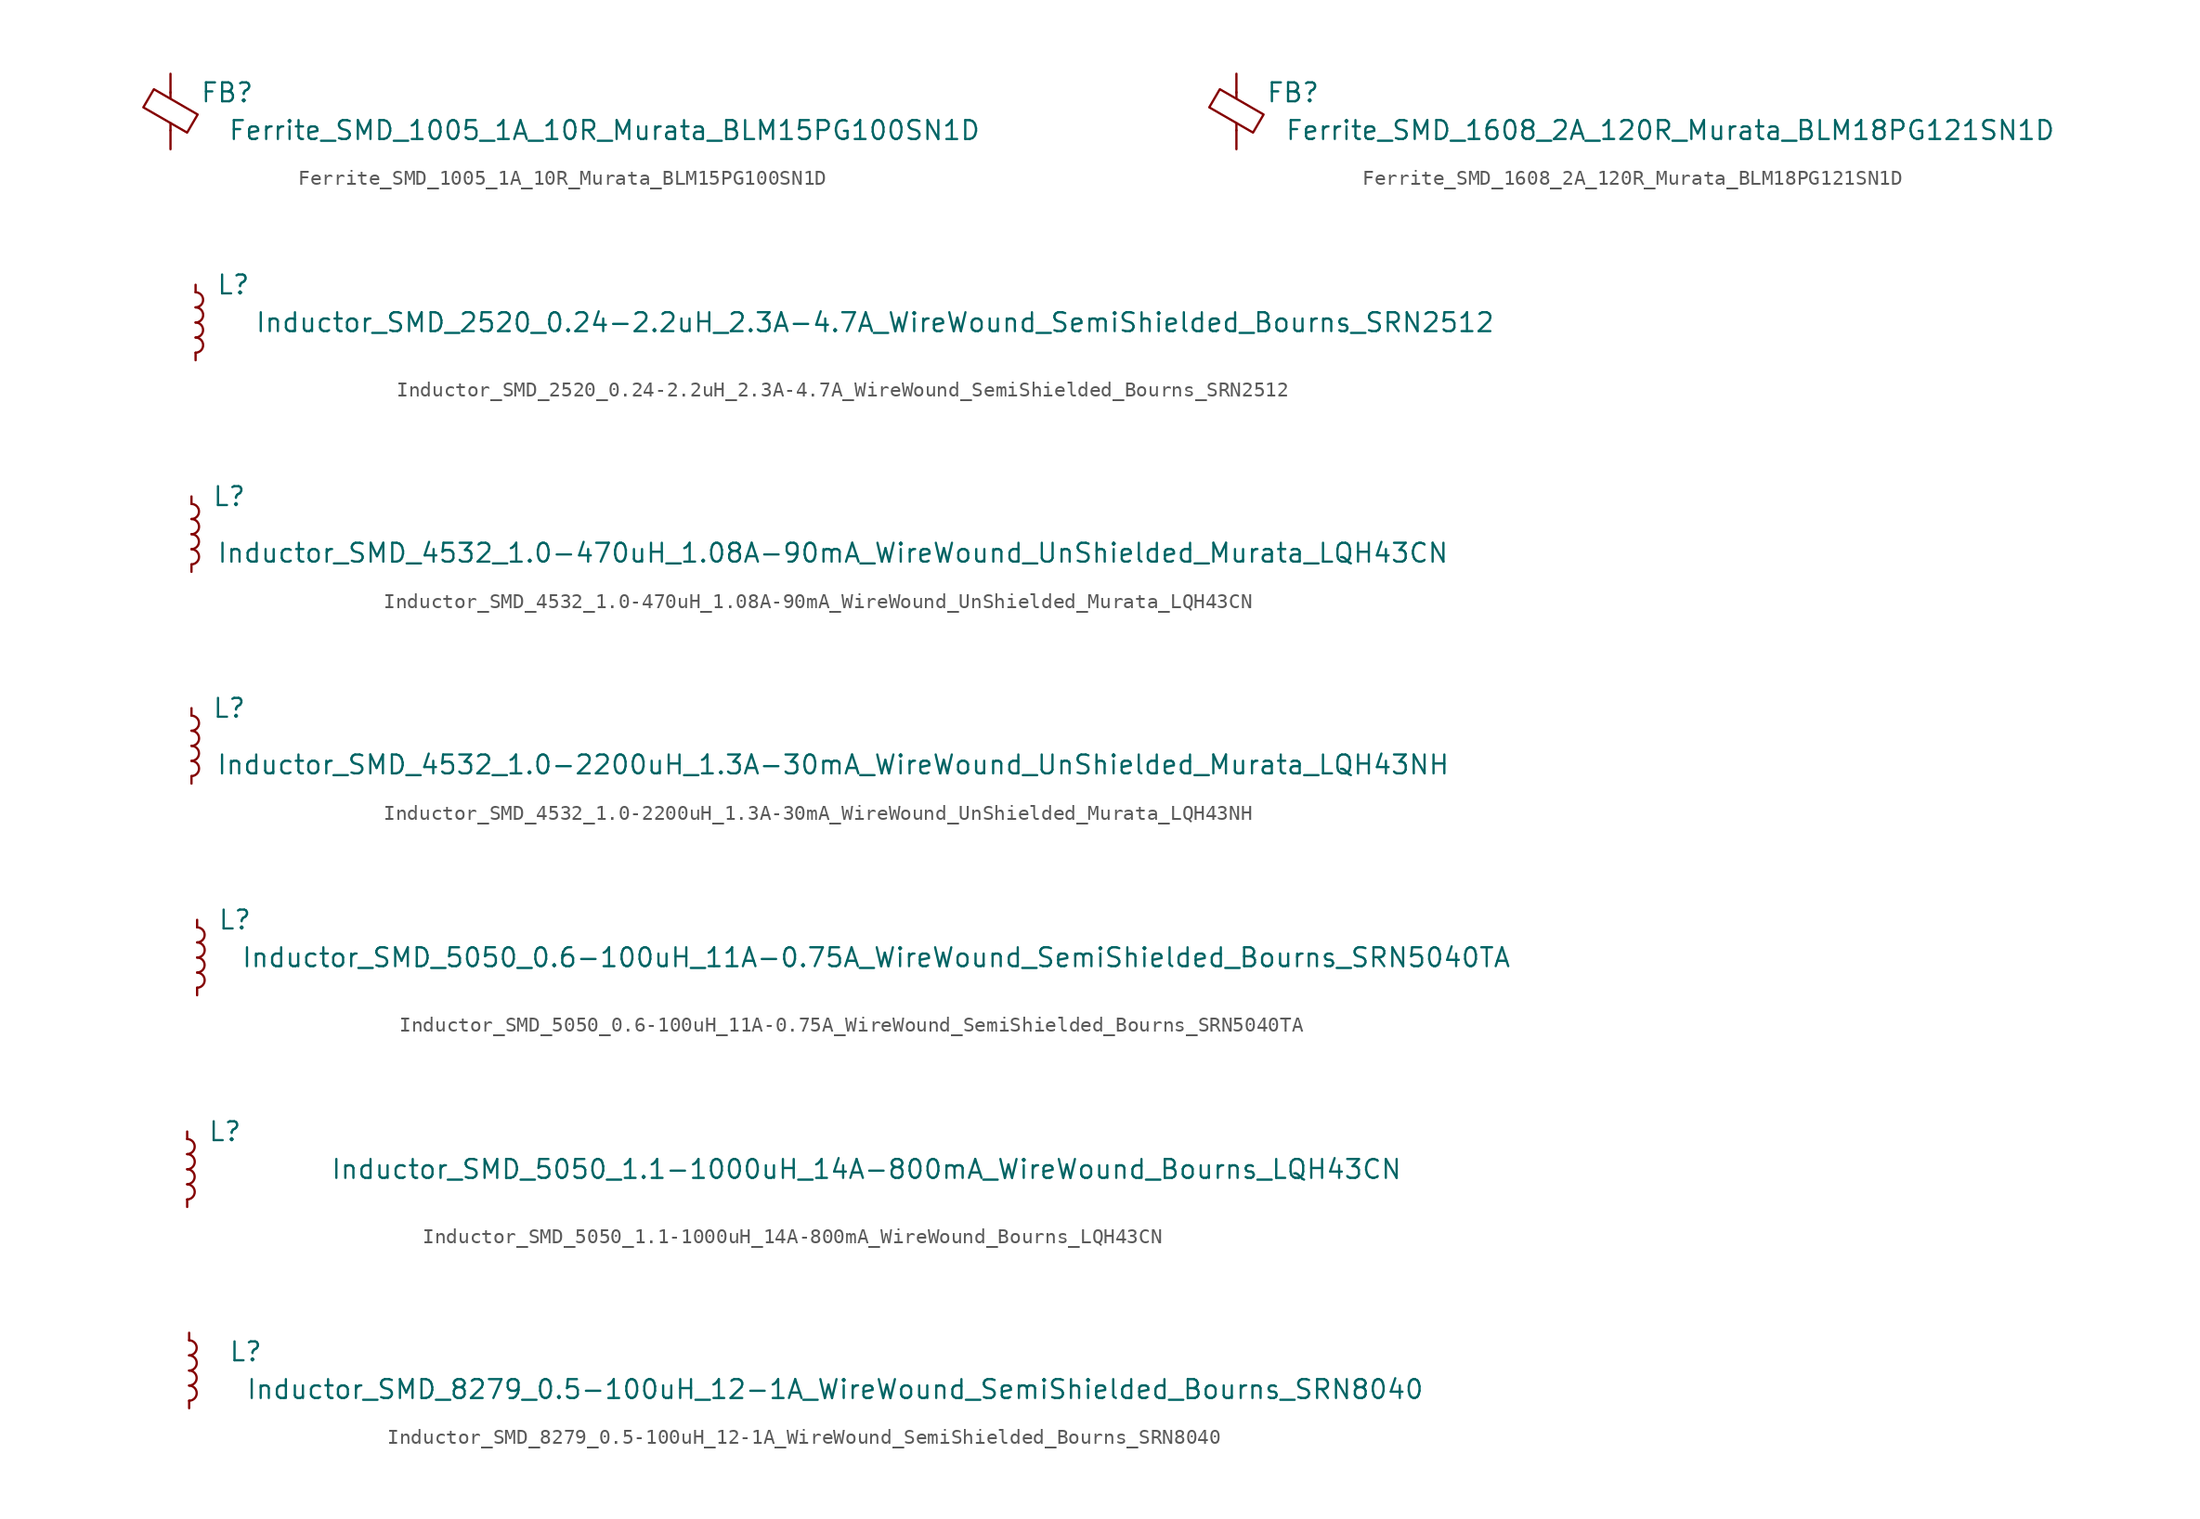
<source format=kicad_sym>
(kicad_symbol_lib
  (version 20211014)
  (generator kicad_symbol_editor)
  (symbol "Ferrite_SMD_1005_1A_10R_Murata_BLM15PG100SN1D"
    (pin_numbers hide)
    (pin_names
      (offset 1.27) hide)
    (property "Reference" "FB"
      (at 3.81 1.27 0)
      (effects (font (size 1.27 1.27))))
    (property "Value" "Ferrite_SMD_1005_1A_10R_Murata_BLM15PG100SN1D"
      (at 29.21 -1.27 0)
      (effects (font (size 1.27 1.27))))
    (symbol "Ferrite_SMD_1005_1A_10R_Murata_BLM15PG100SN1D_1_1"
      (polyline (pts (xy 0 -1.27) (xy 0 -0.787)) (stroke (width 0) (type default) (color 0 0 0 0)) (fill (type none)))
      (polyline (pts (xy 0 0.889) (xy 0 1.295)) (stroke (width 0) (type default) (color 0 0 0 0)) (fill (type none)))
      (polyline (pts (xy -1.829 0.279) (xy -1.118 1.499) (xy 1.829 -0.203) (xy 1.118 -1.422) (xy -1.829 0.279)) (stroke (width 0) (type default) (color 0 0 0 0)) (fill (type none)))
      (pin passive line (at 0 2.54 270) (length 1.27) (name "~" (effects (font (size 1.27 1.27)))) (number "1" (effects (font (size 1.27 1.27)))))
      (pin passive line (at 0 -2.54 90) (length 1.27) (name "~" (effects (font (size 1.27 1.27)))) (number "2" (effects (font (size 1.27 1.27)))))))
  (symbol "Ferrite_SMD_1608_2A_120R_Murata_BLM18PG121SN1D"
    (pin_numbers hide)
    (pin_names
      (offset 1.27) hide)
    (property "Reference" "FB"
      (at 3.81 1.27 0)
      (effects (font (size 1.27 1.27))))
    (property "Value" "Ferrite_SMD_1608_2A_120R_Murata_BLM18PG121SN1D"
      (at 29.21 -1.27 0)
      (effects (font (size 1.27 1.27))))
    (symbol "Ferrite_SMD_1608_2A_120R_Murata_BLM18PG121SN1D_1_1"
      (polyline (pts (xy 0 -1.27) (xy 0 -0.787)) (stroke (width 0) (type default) (color 0 0 0 0)) (fill (type none)))
      (polyline (pts (xy 0 0.889) (xy 0 1.295)) (stroke (width 0) (type default) (color 0 0 0 0)) (fill (type none)))
      (polyline (pts (xy -1.829 0.279) (xy -1.118 1.499) (xy 1.829 -0.203) (xy 1.118 -1.422) (xy -1.829 0.279)) (stroke (width 0) (type default) (color 0 0 0 0)) (fill (type none)))
      (pin passive line (at 0 2.54 270) (length 1.27) (name "~" (effects (font (size 1.27 1.27)))) (number "1" (effects (font (size 1.27 1.27)))))
      (pin passive line (at 0 -2.54 90) (length 1.27) (name "~" (effects (font (size 1.27 1.27)))) (number "2" (effects (font (size 1.27 1.27)))))))
  (symbol "Inductor_SMD_2520_0.24-2.2uH_2.3A-4.7A_WireWound_SemiShielded_Bourns_SRN2512"
    (pin_numbers hide)
    (pin_names
      (offset 1.27) hide)
    (property "Reference" "L"
      (at 2.54 2.54 0)
      (effects (font (size 1.27 1.27))))
    (property "Value" "Inductor_SMD_2520_0.24-2.2uH_2.3A-4.7A_WireWound_SemiShielded_Bourns_SRN2512"
      (at 45.72 0 0)
      (effects (font (size 1.27 1.27))))
    (symbol "Inductor_SMD_2520_0.24-2.2uH_2.3A-4.7A_WireWound_SemiShielded_Bourns_SRN2512_1_1"
      (arc (start 0 -2.032) (mid 0.508 -1.524) (end 0 -1.016) (stroke (width 0) (type default) (color 0 0 0 0)) (fill (type none)))
      (arc (start 0 -1.016) (mid 0.508 -0.508) (end 0 0) (stroke (width 0) (type default) (color 0 0 0 0)) (fill (type none)))
      (arc (start 0 0) (mid 0.508 0.508) (end 0 1.016) (stroke (width 0) (type default) (color 0 0 0 0)) (fill (type none)))
      (arc (start 0 1.016) (mid 0.508 1.524) (end 0 2.032) (stroke (width 0) (type default) (color 0 0 0 0)) (fill (type none)))
      (pin passive line (at 0 2.54 270) (length 0.508) (name "~" (effects (font (size 1.27 1.27)))) (number "1" (effects (font (size 1.27 1.27)))))
      (pin passive line (at 0 -2.54 90) (length 0.508) (name "~" (effects (font (size 1.27 1.27)))) (number "2" (effects (font (size 1.27 1.27)))))))
  (symbol "Inductor_SMD_4532_1.0-470uH_1.08A-90mA_WireWound_UnShielded_Murata_LQH43CN"
    (pin_numbers hide)
    (pin_names
      (offset 1.27) hide)
    (property "Reference" "L"
      (at 2.54 2.54 0)
      (effects (font (size 1.27 1.27))))
    (property "Value" "Inductor_SMD_4532_1.0-470uH_1.08A-90mA_WireWound_UnShielded_Murata_LQH43CN"
      (at 43.18 -1.27 0)
      (effects (font (size 1.27 1.27))))
    (symbol "Inductor_SMD_4532_1.0-470uH_1.08A-90mA_WireWound_UnShielded_Murata_LQH43CN_1_1"
      (arc (start 0 -2.032) (mid 0.508 -1.524) (end 0 -1.016) (stroke (width 0) (type default) (color 0 0 0 0)) (fill (type none)))
      (arc (start 0 -1.016) (mid 0.508 -0.508) (end 0 0) (stroke (width 0) (type default) (color 0 0 0 0)) (fill (type none)))
      (arc (start 0 0) (mid 0.508 0.508) (end 0 1.016) (stroke (width 0) (type default) (color 0 0 0 0)) (fill (type none)))
      (arc (start 0 1.016) (mid 0.508 1.524) (end 0 2.032) (stroke (width 0) (type default) (color 0 0 0 0)) (fill (type none)))
      (pin passive line (at 0 2.54 270) (length 0.508) (name "~" (effects (font (size 1.27 1.27)))) (number "1" (effects (font (size 1.27 1.27)))))
      (pin passive line (at 0 -2.54 90) (length 0.508) (name "~" (effects (font (size 1.27 1.27)))) (number "2" (effects (font (size 1.27 1.27)))))))
  (symbol "Inductor_SMD_4532_1.0-2200uH_1.3A-30mA_WireWound_UnShielded_Murata_LQH43NH"
    (pin_numbers hide)
    (pin_names
      (offset 1.27) hide)
    (property "Reference" "L"
      (at 2.54 2.54 0)
      (effects (font (size 1.27 1.27))))
    (property "Value" "Inductor_SMD_4532_1.0-2200uH_1.3A-30mA_WireWound_UnShielded_Murata_LQH43NH"
      (at 43.18 -1.27 0)
      (effects (font (size 1.27 1.27))))
    (symbol "Inductor_SMD_4532_1.0-2200uH_1.3A-30mA_WireWound_UnShielded_Murata_LQH43NH_1_1"
      (arc (start 0 -2.032) (mid 0.508 -1.524) (end 0 -1.016) (stroke (width 0) (type default) (color 0 0 0 0)) (fill (type none)))
      (arc (start 0 -1.016) (mid 0.508 -0.508) (end 0 0) (stroke (width 0) (type default) (color 0 0 0 0)) (fill (type none)))
      (arc (start 0 0) (mid 0.508 0.508) (end 0 1.016) (stroke (width 0) (type default) (color 0 0 0 0)) (fill (type none)))
      (arc (start 0 1.016) (mid 0.508 1.524) (end 0 2.032) (stroke (width 0) (type default) (color 0 0 0 0)) (fill (type none)))
      (pin passive line (at 0 2.54 270) (length 0.508) (name "~" (effects (font (size 1.27 1.27)))) (number "1" (effects (font (size 1.27 1.27)))))
      (pin passive line (at 0 -2.54 90) (length 0.508) (name "~" (effects (font (size 1.27 1.27)))) (number "2" (effects (font (size 1.27 1.27)))))))
  (symbol "Inductor_SMD_5050_0.6-100uH_11A-0.75A_WireWound_SemiShielded_Bourns_SRN5040TA"
    (pin_numbers hide)
    (pin_names
      (offset 1.27) hide)
    (property "Reference" "L"
      (at 2.54 2.54 0)
      (effects (font (size 1.27 1.27))))
    (property "Value" "Inductor_SMD_5050_0.6-100uH_11A-0.75A_WireWound_SemiShielded_Bourns_SRN5040TA"
      (at 45.72 0 0)
      (effects (font (size 1.27 1.27))))
    (symbol "Inductor_SMD_5050_0.6-100uH_11A-0.75A_WireWound_SemiShielded_Bourns_SRN5040TA_1_1"
      (arc (start 0 -2.032) (mid 0.508 -1.524) (end 0 -1.016) (stroke (width 0) (type default) (color 0 0 0 0)) (fill (type none)))
      (arc (start 0 -1.016) (mid 0.508 -0.508) (end 0 0) (stroke (width 0) (type default) (color 0 0 0 0)) (fill (type none)))
      (arc (start 0 0) (mid 0.508 0.508) (end 0 1.016) (stroke (width 0) (type default) (color 0 0 0 0)) (fill (type none)))
      (arc (start 0 1.016) (mid 0.508 1.524) (end 0 2.032) (stroke (width 0) (type default) (color 0 0 0 0)) (fill (type none)))
      (pin passive line (at 0 2.54 270) (length 0.508) (name "~" (effects (font (size 1.27 1.27)))) (number "1" (effects (font (size 1.27 1.27)))))
      (pin passive line (at 0 -2.54 90) (length 0.508) (name "~" (effects (font (size 1.27 1.27)))) (number "2" (effects (font (size 1.27 1.27)))))))
  (symbol "Inductor_SMD_5050_1.1-1000uH_14A-800mA_WireWound_Bourns_LQH43CN"
    (pin_numbers hide)
    (pin_names
      (offset 1.27) hide)
    (property "Reference" "L"
      (at 2.54 2.54 0)
      (effects (font (size 1.27 1.27))))
    (property "Value" "Inductor_SMD_5050_1.1-1000uH_14A-800mA_WireWound_Bourns_LQH43CN"
      (at 45.72 0 0)
      (effects (font (size 1.27 1.27))))
    (symbol "Inductor_SMD_5050_1.1-1000uH_14A-800mA_WireWound_Bourns_LQH43CN_1_1"
      (arc (start 0 -2.032) (mid 0.508 -1.524) (end 0 -1.016) (stroke (width 0) (type default) (color 0 0 0 0)) (fill (type none)))
      (arc (start 0 -1.016) (mid 0.508 -0.508) (end 0 0) (stroke (width 0) (type default) (color 0 0 0 0)) (fill (type none)))
      (arc (start 0 0) (mid 0.508 0.508) (end 0 1.016) (stroke (width 0) (type default) (color 0 0 0 0)) (fill (type none)))
      (arc (start 0 1.016) (mid 0.508 1.524) (end 0 2.032) (stroke (width 0) (type default) (color 0 0 0 0)) (fill (type none)))
      (pin passive line (at 0 2.54 270) (length 0.508) (name "~" (effects (font (size 1.27 1.27)))) (number "1" (effects (font (size 1.27 1.27)))))
      (pin passive line (at 0 -2.54 90) (length 0.508) (name "~" (effects (font (size 1.27 1.27)))) (number "2" (effects (font (size 1.27 1.27)))))))
  (symbol "Inductor_SMD_8279_0.5-100uH_12-1A_WireWound_SemiShielded_Bourns_SRN8040"
    (pin_numbers hide)
    (pin_names
      (offset 1.27) hide)
    (property "Reference" "L"
      (at 3.81 1.27 0)
      (effects (font (size 1.27 1.27))))
    (property "Value" "Inductor_SMD_8279_0.5-100uH_12-1A_WireWound_SemiShielded_Bourns_SRN8040"
      (at 3.81 -1.27 0)
      (effects (font (size 1.27 1.27)) (justify left)))
    (symbol "Inductor_SMD_8279_0.5-100uH_12-1A_WireWound_SemiShielded_Bourns_SRN8040_1_1"
      (arc (start 0 -2.032) (mid 0.508 -1.524) (end 0 -1.016) (stroke (width 0) (type default) (color 0 0 0 0)) (fill (type none)))
      (arc (start 0 -1.016) (mid 0.508 -0.508) (end 0 0) (stroke (width 0) (type default) (color 0 0 0 0)) (fill (type none)))
      (arc (start 0 0) (mid 0.508 0.508) (end 0 1.016) (stroke (width 0) (type default) (color 0 0 0 0)) (fill (type none)))
      (arc (start 0 1.016) (mid 0.508 1.524) (end 0 2.032) (stroke (width 0) (type default) (color 0 0 0 0)) (fill (type none)))
      (pin passive line (at 0 2.54 270) (length 0.508) (name "~" (effects (font (size 1.27 1.27)))) (number "1" (effects (font (size 1.27 1.27)))))
      (pin passive line (at 0 -2.54 90) (length 0.508) (name "~" (effects (font (size 1.27 1.27)))) (number "2" (effects (font (size 1.27 1.27))))))))
</source>
